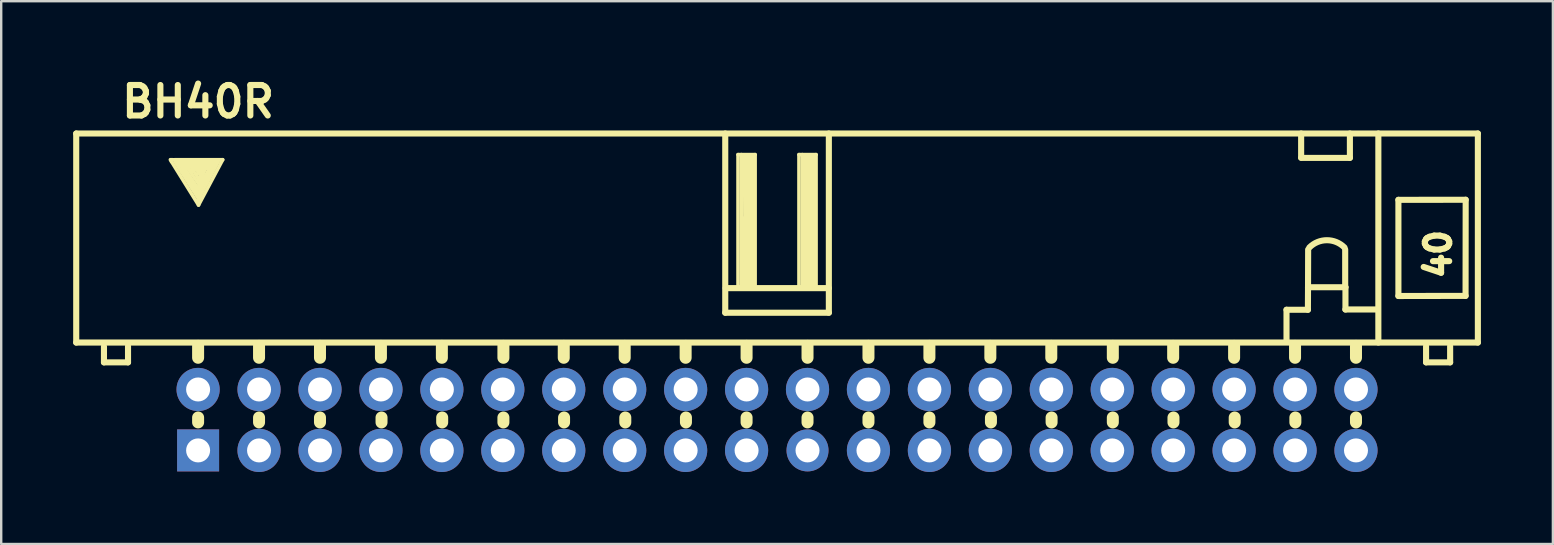
<source format=kicad_pcb>
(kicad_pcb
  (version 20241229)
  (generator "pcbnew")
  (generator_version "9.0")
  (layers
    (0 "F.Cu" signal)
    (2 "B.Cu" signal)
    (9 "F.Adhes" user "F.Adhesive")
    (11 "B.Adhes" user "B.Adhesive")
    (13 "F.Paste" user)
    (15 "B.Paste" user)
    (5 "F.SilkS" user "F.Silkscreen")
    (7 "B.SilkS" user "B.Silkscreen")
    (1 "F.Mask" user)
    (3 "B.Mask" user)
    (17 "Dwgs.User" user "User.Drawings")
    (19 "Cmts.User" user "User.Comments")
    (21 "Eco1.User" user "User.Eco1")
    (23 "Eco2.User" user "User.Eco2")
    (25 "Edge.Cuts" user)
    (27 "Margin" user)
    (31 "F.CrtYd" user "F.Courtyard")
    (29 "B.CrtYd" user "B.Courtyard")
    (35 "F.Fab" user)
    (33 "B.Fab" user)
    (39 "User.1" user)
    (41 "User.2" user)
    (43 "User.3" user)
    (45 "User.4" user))
  (footprint "BH40R"
    (layer "F.Cu")
    (at 29.337 14.453)
    (property "Reference" "BH40R" (at -24.13 -13.264 0) (layer "F.SilkS") (effects (font (size 1.27 1.27) (thickness 0.254))))
    (attr through_hole)
    (fp_line (start -29.21 -11.938) (end 29.21 -11.938) (stroke (width 0.254) (type solid)) (layer "F.SilkS"))
    (fp_line (start -29.21 -3.226) (end -29.21 -11.938) (stroke (width 0.254) (type solid)) (layer "F.SilkS"))
    (fp_line (start -29.21 -3.226) (end 29.21 -3.226) (stroke (width 0.254) (type solid)) (layer "F.SilkS"))
    (fp_line (start -28.054 -3.061) (end -28.054 -2.4) (stroke (width 0.254) (type solid)) (layer "F.SilkS"))
    (fp_line (start -28.054 -2.4) (end -27.051 -2.4) (stroke (width 0.254) (type solid)) (layer "F.SilkS"))
    (fp_line (start -27.051 -2.4) (end -27.051 -3.073) (stroke (width 0.254) (type solid)) (layer "F.SilkS"))
    (fp_line (start -25.24 -10.77) (end -25.286 -10.846) (stroke (width 0.15) (type solid)) (layer "F.SilkS"))
    (fp_line (start -25.103 -10.846) (end -23.106 -10.846) (stroke (width 0.15) (type solid)) (layer "F.SilkS"))
    (fp_line (start -25.088 -10.762) (end -24.112 -9.215) (stroke (width 0.15) (type solid)) (layer "F.SilkS"))
    (fp_line (start -25.067 -10.841) (end -25.26 -10.846) (stroke (width 0.15) (type solid)) (layer "F.SilkS"))
    (fp_line (start -24.958 -10.77) (end -24.127 -9.428) (stroke (width 0.15) (type solid)) (layer "F.SilkS"))
    (fp_line (start -24.828 -10.671) (end -24.127 -9.642) (stroke (width 0.15) (type solid)) (layer "F.SilkS"))
    (fp_line (start -24.615 -10.564) (end -24.089 -9.817) (stroke (width 0.15) (type solid)) (layer "F.SilkS"))
    (fp_line (start -24.387 -10.472) (end -24.097 -10.03) (stroke (width 0.15) (type solid)) (layer "F.SilkS"))
    (fp_line (start -24.369 -10.351) (end -24.691 -10.615) (stroke (width 0.15) (type solid)) (layer "F.SilkS"))
    (fp_line (start -24.234 -10.434) (end -24.059 -10.328) (stroke (width 0.15) (type solid)) (layer "F.SilkS"))
    (fp_line (start -24.166 -10.259) (end -24.158 -10.251) (stroke (width 0.15) (type solid)) (layer "F.SilkS"))
    (fp_line (start -24.13 -3.086) (end -24.13 -2.591) (stroke (width 0.5) (type solid)) (layer "F.SilkS"))
    (fp_line (start -24.13 -0.102) (end -24.13 0.102) (stroke (width 0.5) (type solid)) (layer "F.SilkS"))
    (fp_line (start -24.127 -9.642) (end -23.586 -10.617) (stroke (width 0.15) (type solid)) (layer "F.SilkS"))
    (fp_line (start -24.127 -9.428) (end -23.457 -10.686) (stroke (width 0.15) (type solid)) (layer "F.SilkS"))
    (fp_line (start -24.112 -9.215) (end -23.297 -10.762) (stroke (width 0.15) (type solid)) (layer "F.SilkS"))
    (fp_line (start -24.112 -8.956) (end -25.24 -10.77) (stroke (width 0.15) (type solid)) (layer "F.SilkS"))
    (fp_line (start -24.097 -10.03) (end -23.952 -10.48) (stroke (width 0.15) (type solid)) (layer "F.SilkS"))
    (fp_line (start -24.089 -9.817) (end -23.8 -10.556) (stroke (width 0.15) (type solid)) (layer "F.SilkS"))
    (fp_line (start -24.059 -10.328) (end -24.166 -10.259) (stroke (width 0.15) (type solid)) (layer "F.SilkS"))
    (fp_line (start -24.051 -9.406) (end -24.112 -9.108) (stroke (width 0.15) (type solid)) (layer "F.SilkS"))
    (fp_line (start -23.952 -10.48) (end -24.234 -10.434) (stroke (width 0.15) (type solid)) (layer "F.SilkS"))
    (fp_line (start -23.8 -10.556) (end -24.387 -10.472) (stroke (width 0.15) (type solid)) (layer "F.SilkS"))
    (fp_line (start -23.655 -10.668) (end -23.762 -10.472) (stroke (width 0.15) (type solid)) (layer "F.SilkS"))
    (fp_line (start -23.586 -10.617) (end -24.615 -10.564) (stroke (width 0.15) (type solid)) (layer "F.SilkS"))
    (fp_line (start -23.457 -10.686) (end -24.828 -10.671) (stroke (width 0.15) (type solid)) (layer "F.SilkS"))
    (fp_line (start -23.297 -10.762) (end -24.958 -10.77) (stroke (width 0.15) (type solid)) (layer "F.SilkS"))
    (fp_line (start -23.106 -10.846) (end -24.112 -8.956) (stroke (width 0.15) (type solid)) (layer "F.SilkS"))
    (fp_line (start -21.59 -3.086) (end -21.59 -2.591) (stroke (width 0.5) (type solid)) (layer "F.SilkS"))
    (fp_line (start -21.59 -0.102) (end -21.59 0.102) (stroke (width 0.5) (type solid)) (layer "F.SilkS"))
    (fp_line (start -19.05 -3.086) (end -19.05 -2.591) (stroke (width 0.5) (type solid)) (layer "F.SilkS"))
    (fp_line (start -19.05 -0.102) (end -19.05 0.102) (stroke (width 0.5) (type solid)) (layer "F.SilkS"))
    (fp_line (start -16.51 -3.086) (end -16.51 -2.591) (stroke (width 0.5) (type solid)) (layer "F.SilkS"))
    (fp_line (start -16.485 -0.102) (end -16.485 0.102) (stroke (width 0.5) (type solid)) (layer "F.SilkS"))
    (fp_line (start -13.97 -3.086) (end -13.97 -2.591) (stroke (width 0.5) (type solid)) (layer "F.SilkS"))
    (fp_line (start -13.957 -0.102) (end -13.957 0.102) (stroke (width 0.5) (type solid)) (layer "F.SilkS"))
    (fp_line (start -11.405 -3.086) (end -11.405 -2.591) (stroke (width 0.5) (type solid)) (layer "F.SilkS"))
    (fp_line (start -11.405 -0.102) (end -11.405 0.102) (stroke (width 0.5) (type solid)) (layer "F.SilkS"))
    (fp_line (start -8.89 -3.086) (end -8.89 -2.591) (stroke (width 0.5) (type solid)) (layer "F.SilkS"))
    (fp_line (start -8.877 -0.102) (end -8.877 0.102) (stroke (width 0.5) (type solid)) (layer "F.SilkS"))
    (fp_line (start -6.35 -3.086) (end -6.35 -2.591) (stroke (width 0.5) (type solid)) (layer "F.SilkS"))
    (fp_line (start -6.325 -0.102) (end -6.325 0.102) (stroke (width 0.5) (type solid)) (layer "F.SilkS"))
    (fp_line (start -3.81 -3.086) (end -3.81 -2.591) (stroke (width 0.5) (type solid)) (layer "F.SilkS"))
    (fp_line (start -3.797 -0.102) (end -3.797 0.102) (stroke (width 0.5) (type solid)) (layer "F.SilkS"))
    (fp_line (start -2.159 -4.47) (end -2.159 -11.938) (stroke (width 0.254) (type solid)) (layer "F.SilkS"))
    (fp_line (start -2.141 -5.494) (end 2.159 -5.494) (stroke (width 0.254) (type solid)) (layer "F.SilkS"))
    (fp_line (start -1.626 -11.059) (end -0.914 -11.059) (stroke (width 0.15) (type solid)) (layer "F.SilkS"))
    (fp_line (start -1.626 -5.502) (end -1.626 -11.059) (stroke (width 0.15) (type solid)) (layer "F.SilkS"))
    (fp_line (start -1.486 -11.059) (end -1.486 -5.588) (stroke (width 0.15) (type solid)) (layer "F.SilkS"))
    (fp_line (start -1.407 -5.596) (end -1.016 -5.598) (stroke (width 0.15) (type solid)) (layer "F.SilkS"))
    (fp_line (start -1.394 -6.37) (end -1.407 -5.596) (stroke (width 0.15) (type solid)) (layer "F.SilkS"))
    (fp_line (start -1.382 -8.415) (end -1.41 -6.18) (stroke (width 0.15) (type solid)) (layer "F.SilkS"))
    (fp_line (start -1.349 -11.013) (end -1.333 -5.634) (stroke (width 0.15) (type solid)) (layer "F.SilkS"))
    (fp_line (start -1.27 -3.086) (end -1.27 -2.591) (stroke (width 0.5) (type solid)) (layer "F.SilkS"))
    (fp_line (start -1.27 -0.102) (end -1.27 0.102) (stroke (width 0.5) (type solid)) (layer "F.SilkS"))
    (fp_line (start -1.227 -11.013) (end -1.242 -5.618) (stroke (width 0.15) (type solid)) (layer "F.SilkS"))
    (fp_line (start -1.105 -11.013) (end -1.12 -5.649) (stroke (width 0.15) (type solid)) (layer "F.SilkS"))
    (fp_line (start -0.983 -11.029) (end -1.029 -5.649) (stroke (width 0.15) (type solid)) (layer "F.SilkS"))
    (fp_line (start -0.914 -11.059) (end -0.914 -5.512) (stroke (width 0.15) (type solid)) (layer "F.SilkS"))
    (fp_line (start 0.914 -11.059) (end 1.626 -11.059) (stroke (width 0.15) (type solid)) (layer "F.SilkS"))
    (fp_line (start 0.914 -5.502) (end 0.914 -11.059) (stroke (width 0.15) (type solid)) (layer "F.SilkS"))
    (fp_line (start 1.054 -11.059) (end 1.054 -5.588) (stroke (width 0.15) (type solid)) (layer "F.SilkS"))
    (fp_line (start 1.133 -5.596) (end 1.524 -5.598) (stroke (width 0.15) (type solid)) (layer "F.SilkS"))
    (fp_line (start 1.146 -6.37) (end 1.133 -5.596) (stroke (width 0.15) (type solid)) (layer "F.SilkS"))
    (fp_line (start 1.158 -8.415) (end 1.13 -6.18) (stroke (width 0.15) (type solid)) (layer "F.SilkS"))
    (fp_line (start 1.191 -11.013) (end 1.206 -5.634) (stroke (width 0.15) (type solid)) (layer "F.SilkS"))
    (fp_line (start 1.27 -3.086) (end 1.27 -2.591) (stroke (width 0.5) (type solid)) (layer "F.SilkS"))
    (fp_line (start 1.27 -0.102) (end 1.27 0.102) (stroke (width 0.5) (type solid)) (layer "F.SilkS"))
    (fp_line (start 1.313 -11.013) (end 1.298 -5.618) (stroke (width 0.15) (type solid)) (layer "F.SilkS"))
    (fp_line (start 1.435 -11.013) (end 1.42 -5.649) (stroke (width 0.15) (type solid)) (layer "F.SilkS"))
    (fp_line (start 1.557 -11.029) (end 1.511 -5.649) (stroke (width 0.15) (type solid)) (layer "F.SilkS"))
    (fp_line (start 1.626 -11.059) (end 1.626 -5.512) (stroke (width 0.15) (type solid)) (layer "F.SilkS"))
    (fp_line (start 2.159 -4.47) (end 2.159 -11.938) (stroke (width 0.254) (type solid)) (layer "F.SilkS"))
    (fp_line (start 2.159 -4.468) (end -2.159 -4.468) (stroke (width 0.254) (type solid)) (layer "F.SilkS"))
    (fp_line (start 3.81 -3.086) (end 3.81 -2.591) (stroke (width 0.5) (type solid)) (layer "F.SilkS"))
    (fp_line (start 3.81 -0.102) (end 3.81 0.102) (stroke (width 0.5) (type solid)) (layer "F.SilkS"))
    (fp_line (start 6.35 -3.086) (end 6.35 -2.591) (stroke (width 0.5) (type solid)) (layer "F.SilkS"))
    (fp_line (start 6.35 -0.102) (end 6.35 0.102) (stroke (width 0.5) (type solid)) (layer "F.SilkS"))
    (fp_line (start 8.89 -3.086) (end 8.89 -2.591) (stroke (width 0.5) (type solid)) (layer "F.SilkS"))
    (fp_line (start 8.915 -0.102) (end 8.915 0.102) (stroke (width 0.5) (type solid)) (layer "F.SilkS"))
    (fp_line (start 11.43 -3.086) (end 11.43 -2.591) (stroke (width 0.5) (type solid)) (layer "F.SilkS"))
    (fp_line (start 11.443 -0.102) (end 11.443 0.102) (stroke (width 0.5) (type solid)) (layer "F.SilkS"))
    (fp_line (start 13.995 -3.086) (end 13.995 -2.591) (stroke (width 0.5) (type solid)) (layer "F.SilkS"))
    (fp_line (start 13.995 -0.102) (end 13.995 0.102) (stroke (width 0.5) (type solid)) (layer "F.SilkS"))
    (fp_line (start 16.51 -3.086) (end 16.51 -2.591) (stroke (width 0.5) (type solid)) (layer "F.SilkS"))
    (fp_line (start 16.523 -0.102) (end 16.523 0.102) (stroke (width 0.5) (type solid)) (layer "F.SilkS"))
    (fp_line (start 19.05 -3.086) (end 19.05 -2.591) (stroke (width 0.5) (type solid)) (layer "F.SilkS"))
    (fp_line (start 19.075 -0.102) (end 19.075 0.102) (stroke (width 0.5) (type solid)) (layer "F.SilkS"))
    (fp_line (start 21.234 -4.592) (end 21.234 -3.259) (stroke (width 0.254) (type solid)) (layer "F.SilkS"))
    (fp_line (start 21.234 -4.592) (end 22.126 -4.592) (stroke (width 0.254) (type solid)) (layer "F.SilkS"))
    (fp_line (start 21.59 -3.086) (end 21.59 -2.591) (stroke (width 0.5) (type solid)) (layer "F.SilkS"))
    (fp_line (start 21.603 -0.102) (end 21.603 0.102) (stroke (width 0.5) (type solid)) (layer "F.SilkS"))
    (fp_line (start 21.844 -11.938) (end 21.844 -10.937) (stroke (width 0.254) (type solid)) (layer "F.SilkS"))
    (fp_line (start 21.844 -10.922) (end 23.876 -10.922) (stroke (width 0.254) (type solid)) (layer "F.SilkS"))
    (fp_line (start 22.126 -4.592) (end 22.131 -5.532) (stroke (width 0.254) (type solid)) (layer "F.SilkS"))
    (fp_line (start 22.131 -5.532) (end 23.691 -5.532) (stroke (width 0.254) (type solid)) (layer "F.SilkS"))
    (fp_line (start 22.131 -5.507) (end 22.136 -7.102) (stroke (width 0.254) (type solid)) (layer "F.SilkS"))
    (fp_line (start 23.68 -5.527) (end 23.68 -7.102) (stroke (width 0.254) (type solid)) (layer "F.SilkS"))
    (fp_line (start 23.691 -5.532) (end 23.691 -4.602) (stroke (width 0.254) (type solid)) (layer "F.SilkS"))
    (fp_line (start 23.876 -10.927) (end 23.876 -11.938) (stroke (width 0.254) (type solid)) (layer "F.SilkS"))
    (fp_line (start 24.13 -3.086) (end 24.13 -2.591) (stroke (width 0.5) (type solid)) (layer "F.SilkS"))
    (fp_line (start 24.13 -0.102) (end 24.13 0.102) (stroke (width 0.5) (type solid)) (layer "F.SilkS"))
    (fp_line (start 25.044 -4.605) (end 23.688 -4.605) (stroke (width 0.254) (type solid)) (layer "F.SilkS"))
    (fp_line (start 25.062 -11.938) (end 25.062 -3.226) (stroke (width 0.254) (type solid)) (layer "F.SilkS"))
    (fp_line (start 25.898 -9.174) (end 25.898 -5.169) (stroke (width 0.254) (type solid)) (layer "F.SilkS"))
    (fp_line (start 25.898 -5.166) (end 28.697 -5.171) (stroke (width 0.254) (type solid)) (layer "F.SilkS"))
    (fp_line (start 27.051 -3.073) (end 27.051 -2.4) (stroke (width 0.254) (type solid)) (layer "F.SilkS"))
    (fp_line (start 27.051 -2.4) (end 28.054 -2.4) (stroke (width 0.254) (type solid)) (layer "F.SilkS"))
    (fp_line (start 28.054 -2.4) (end 28.054 -3.073) (stroke (width 0.254) (type solid)) (layer "F.SilkS"))
    (fp_line (start 28.697 -5.171) (end 28.702 -9.177) (stroke (width 0.254) (type solid)) (layer "F.SilkS"))
    (fp_line (start 28.702 -9.177) (end 25.898 -9.174) (stroke (width 0.254) (type solid)) (layer "F.SilkS"))
    (fp_line (start 29.21 -3.226) (end 29.21 -11.938) (stroke (width 0.254) (type solid)) (layer "F.SilkS"))
    (fp_arc (start 22.1869 -7.1882) (mid 22.91842 -7.491206) (end 23.64994 -7.1882) (stroke (width 0.254) (type solid)) (layer "F.SilkS"))
    (fp_text user "40" (at 27.559 -6.909 90) (layer "F.SilkS") (effects (font (size 1.016 1.016) (thickness 0.254))))
    (pad "1" thru_hole rect (at -24.13 1.27) (size 1.75 1.75) (drill 1) (layers "*.Cu" "*.Mask"))
    (pad "2" thru_hole circle (at -24.13 -1.27) (size 1.8 1.8) (drill 1) (layers "*.Cu" "*.Mask"))
    (pad "3" thru_hole circle (at -21.59 1.27) (size 1.8 1.8) (drill 1) (layers "*.Cu" "*.Mask"))
    (pad "4" thru_hole circle (at -21.59 -1.27) (size 1.8 1.8) (drill 1) (layers "*.Cu" "*.Mask"))
    (pad "5" thru_hole circle (at -19.05 1.27) (size 1.8 1.8) (drill 1) (layers "*.Cu" "*.Mask"))
    (pad "6" thru_hole circle (at -19.05 -1.27) (size 1.8 1.8) (drill 1) (layers "*.Cu" "*.Mask"))
    (pad "7" thru_hole circle (at -16.51 1.27) (size 1.8 1.8) (drill 1) (layers "*.Cu" "*.Mask"))
    (pad "8" thru_hole circle (at -16.51 -1.27) (size 1.8 1.8) (drill 1) (layers "*.Cu" "*.Mask"))
    (pad "9" thru_hole circle (at -13.97 1.27) (size 1.8 1.8) (drill 1) (layers "*.Cu" "*.Mask"))
    (pad "10" thru_hole circle (at -13.97 -1.27) (size 1.8 1.8) (drill 1) (layers "*.Cu" "*.Mask"))
    (pad "11" thru_hole circle (at -11.43 1.27) (size 1.8 1.8) (drill 1) (layers "*.Cu" "*.Mask"))
    (pad "12" thru_hole circle (at -11.43 -1.27) (size 1.8 1.8) (drill 1) (layers "*.Cu" "*.Mask"))
    (pad "13" thru_hole circle (at -8.89 1.27) (size 1.8 1.8) (drill 1) (layers "*.Cu" "*.Mask"))
    (pad "14" thru_hole circle (at -8.89 -1.27) (size 1.8 1.8) (drill 1) (layers "*.Cu" "*.Mask"))
    (pad "15" thru_hole circle (at -6.35 1.27) (size 1.8 1.8) (drill 1) (layers "*.Cu" "*.Mask"))
    (pad "16" thru_hole circle (at -6.35 -1.27) (size 1.8 1.8) (drill 1) (layers "*.Cu" "*.Mask"))
    (pad "17" thru_hole circle (at -3.81 1.27) (size 1.8 1.8) (drill 1) (layers "*.Cu" "*.Mask"))
    (pad "18" thru_hole circle (at -3.81 -1.27) (size 1.8 1.8) (drill 1) (layers "*.Cu" "*.Mask"))
    (pad "19" thru_hole circle (at -1.27 1.27) (size 1.8 1.8) (drill 1) (layers "*.Cu" "*.Mask"))
    (pad "20" thru_hole circle (at -1.27 -1.27) (size 1.8 1.8) (drill 1) (layers "*.Cu" "*.Mask"))
    (pad "21" thru_hole circle (at 1.27 1.27) (size 1.75 1.75) (drill 1) (layers "*.Cu" "*.Mask"))
    (pad "22" thru_hole circle (at 1.27 -1.27) (size 1.8 1.8) (drill 1) (layers "*.Cu" "*.Mask"))
    (pad "23" thru_hole circle (at 3.81 1.27) (size 1.8 1.8) (drill 1) (layers "*.Cu" "*.Mask"))
    (pad "24" thru_hole circle (at 3.81 -1.27) (size 1.8 1.8) (drill 1) (layers "*.Cu" "*.Mask"))
    (pad "25" thru_hole circle (at 6.35 1.27) (size 1.8 1.8) (drill 1) (layers "*.Cu" "*.Mask"))
    (pad "26" thru_hole circle (at 6.35 -1.27) (size 1.8 1.8) (drill 1) (layers "*.Cu" "*.Mask"))
    (pad "27" thru_hole circle (at 8.89 1.27) (size 1.8 1.8) (drill 1) (layers "*.Cu" "*.Mask"))
    (pad "28" thru_hole circle (at 8.89 -1.27) (size 1.8 1.8) (drill 1) (layers "*.Cu" "*.Mask"))
    (pad "29" thru_hole circle (at 11.43 1.27) (size 1.8 1.8) (drill 1) (layers "*.Cu" "*.Mask"))
    (pad "30" thru_hole circle (at 11.43 -1.27) (size 1.8 1.8) (drill 1) (layers "*.Cu" "*.Mask"))
    (pad "31" thru_hole circle (at 13.97 1.27) (size 1.8 1.8) (drill 1) (layers "*.Cu" "*.Mask"))
    (pad "32" thru_hole circle (at 13.97 -1.27) (size 1.8 1.8) (drill 1) (layers "*.Cu" "*.Mask"))
    (pad "33" thru_hole circle (at 16.51 1.27) (size 1.8 1.8) (drill 1) (layers "*.Cu" "*.Mask"))
    (pad "34" thru_hole circle (at 16.51 -1.27) (size 1.8 1.8) (drill 1) (layers "*.Cu" "*.Mask"))
    (pad "35" thru_hole circle (at 19.05 1.27) (size 1.8 1.8) (drill 1) (layers "*.Cu" "*.Mask"))
    (pad "36" thru_hole circle (at 19.05 -1.27) (size 1.8 1.8) (drill 1) (layers "*.Cu" "*.Mask"))
    (pad "37" thru_hole circle (at 21.59 1.27) (size 1.8 1.8) (drill 1) (layers "*.Cu" "*.Mask"))
    (pad "38" thru_hole circle (at 21.59 -1.27) (size 1.8 1.8) (drill 1) (layers "*.Cu" "*.Mask"))
    (pad "39" thru_hole circle (at 24.13 1.27) (size 1.8 1.8) (drill 1) (layers "*.Cu" "*.Mask"))
    (pad "40" thru_hole circle (at 24.13 -1.27) (size 1.8 1.8) (drill 1) (layers "*.Cu" "*.Mask")))
  (gr_rect
    (start -3 -3)
    (end 61.674 19.623)
    (stroke (width 0.1) (type default))
    (fill no)
    (layer "Edge.Cuts")))
</source>
